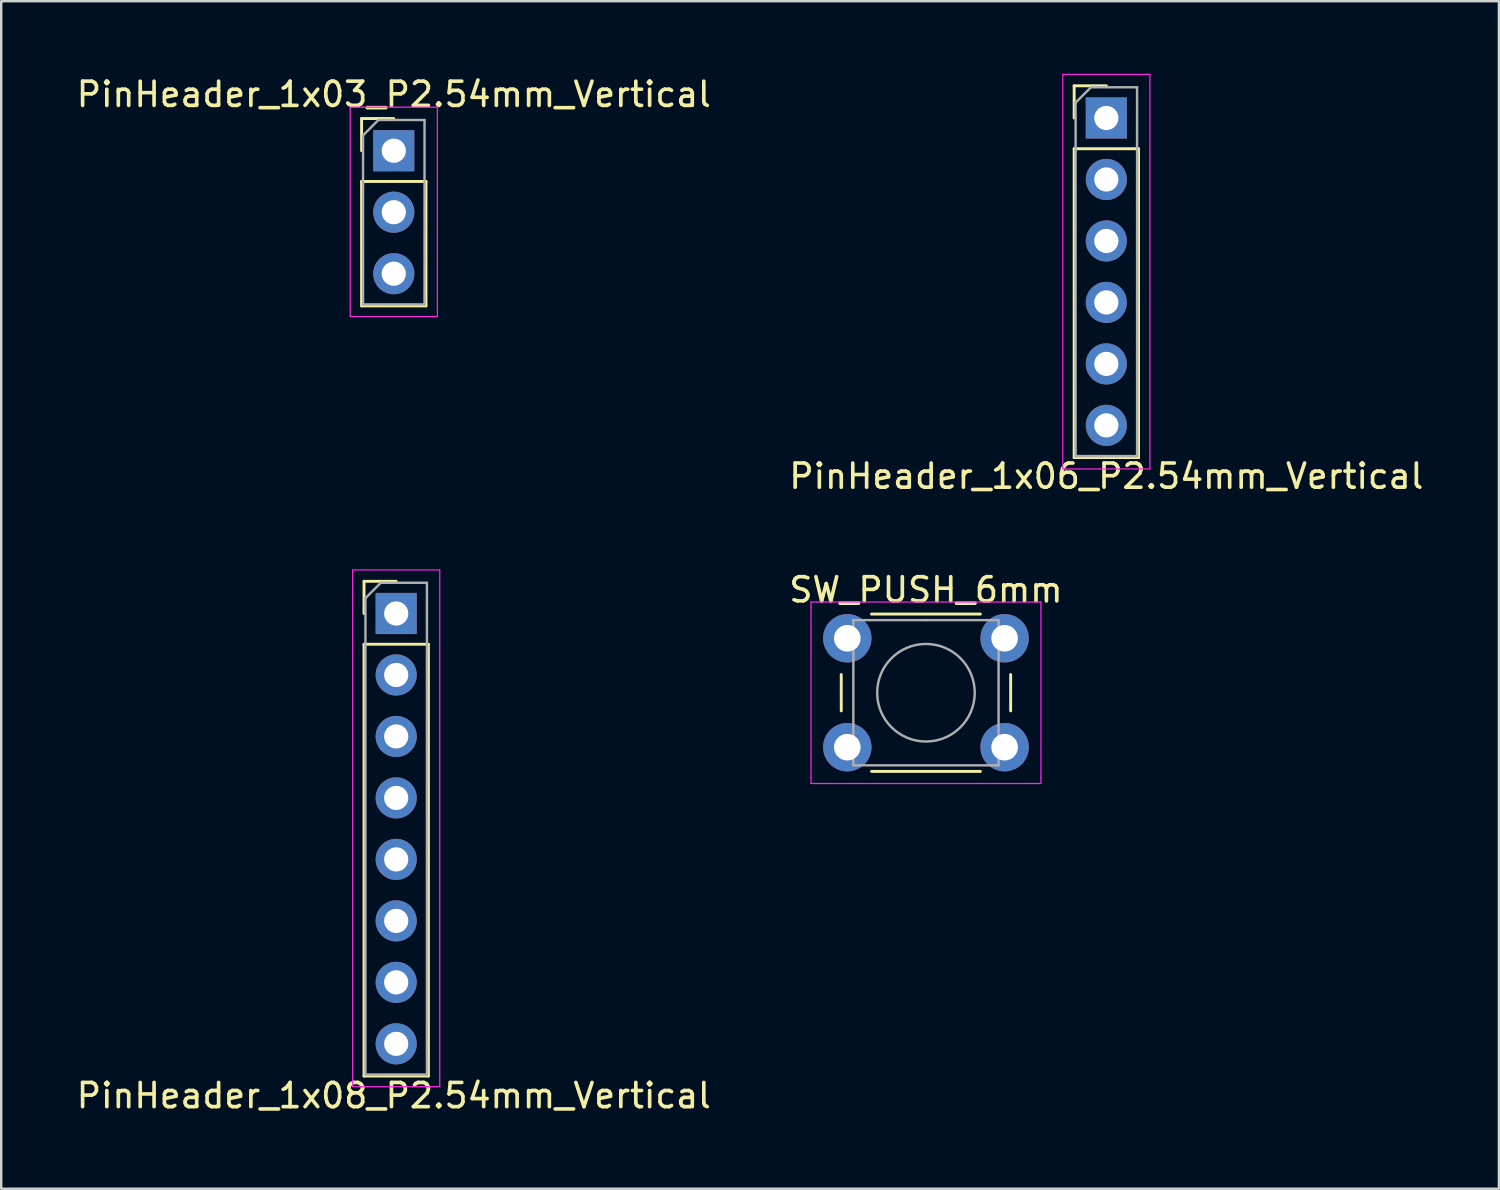
<source format=kicad_pcb>
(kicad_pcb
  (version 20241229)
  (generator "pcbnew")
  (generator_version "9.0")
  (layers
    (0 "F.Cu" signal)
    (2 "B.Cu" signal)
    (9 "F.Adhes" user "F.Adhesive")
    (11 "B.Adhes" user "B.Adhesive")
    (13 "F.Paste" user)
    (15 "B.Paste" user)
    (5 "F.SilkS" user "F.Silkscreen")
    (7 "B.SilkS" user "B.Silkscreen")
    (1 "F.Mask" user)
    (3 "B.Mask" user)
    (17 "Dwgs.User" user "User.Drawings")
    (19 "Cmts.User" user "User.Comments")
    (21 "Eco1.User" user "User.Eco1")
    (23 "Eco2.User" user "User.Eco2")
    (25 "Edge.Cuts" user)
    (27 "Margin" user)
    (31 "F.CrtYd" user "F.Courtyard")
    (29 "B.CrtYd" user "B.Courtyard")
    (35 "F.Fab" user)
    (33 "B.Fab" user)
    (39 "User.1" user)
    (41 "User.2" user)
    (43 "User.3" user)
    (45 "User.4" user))
  (footprint "PinHeader_1x03_P2.54mm_Vertical"
    (layer "F.Cu")
    (at 13.22 3.178)
    (property "Reference" "PinHeader_1x03_P2.54mm_Vertical" (at 0 -2.33 180) (layer "F.SilkS") (effects (font (size 1 1) (thickness 0.15))))
    (attr through_hole)
    (fp_line (start -1.33 -1.33) (end 0 -1.33) (stroke (width 0.12) (type solid)) (layer "F.SilkS"))
    (fp_line (start -1.33 0) (end -1.33 -1.33) (stroke (width 0.12) (type solid)) (layer "F.SilkS"))
    (fp_line (start -1.33 1.27) (end -1.33 6.41) (stroke (width 0.12) (type solid)) (layer "F.SilkS"))
    (fp_line (start -1.33 1.27) (end 1.33 1.27) (stroke (width 0.12) (type solid)) (layer "F.SilkS"))
    (fp_line (start -1.33 6.41) (end 1.33 6.41) (stroke (width 0.12) (type solid)) (layer "F.SilkS"))
    (fp_line (start 1.33 1.27) (end 1.33 6.41) (stroke (width 0.12) (type solid)) (layer "F.SilkS"))
    (fp_line (start -1.8 -1.8) (end -1.8 6.85) (stroke (width 0.05) (type solid)) (layer "F.CrtYd"))
    (fp_line (start -1.8 6.85) (end 1.8 6.85) (stroke (width 0.05) (type solid)) (layer "F.CrtYd"))
    (fp_line (start 1.8 -1.8) (end -1.8 -1.8) (stroke (width 0.05) (type solid)) (layer "F.CrtYd"))
    (fp_line (start 1.8 6.85) (end 1.8 -1.8) (stroke (width 0.05) (type solid)) (layer "F.CrtYd"))
    (fp_line (start -1.27 -0.635) (end -0.635 -1.27) (stroke (width 0.1) (type solid)) (layer "F.Fab"))
    (fp_line (start -1.27 6.35) (end -1.27 -0.635) (stroke (width 0.1) (type solid)) (layer "F.Fab"))
    (fp_line (start -0.635 -1.27) (end 1.27 -1.27) (stroke (width 0.1) (type solid)) (layer "F.Fab"))
    (fp_line (start 1.27 -1.27) (end 1.27 6.35) (stroke (width 0.1) (type solid)) (layer "F.Fab"))
    (fp_line (start 1.27 6.35) (end -1.27 6.35) (stroke (width 0.1) (type solid)) (layer "F.Fab"))
    (pad "1" thru_hole rect (at 0 0) (size 1.7 1.7) (drill 1) (layers "*.Cu" "*.Mask"))
    (pad "2" thru_hole oval (at 0 2.54) (size 1.7 1.7) (drill 1) (layers "*.Cu" "*.Mask"))
    (pad "3" thru_hole oval (at 0 5.08) (size 1.7 1.7) (drill 1) (layers "*.Cu" "*.Mask")))
  (footprint "PinHeader_1x08_P2.54mm_Vertical"
    (layer "F.Cu")
    (at 13.32 22.298)
    (property "Reference" "PinHeader_1x08_P2.54mm_Vertical" (at -0.1 19.92 0) (layer "F.SilkS") (effects (font (size 1 1) (thickness 0.15))))
    (attr through_hole)
    (fp_line (start -1.33 -1.33) (end 0 -1.33) (stroke (width 0.12) (type solid)) (layer "F.SilkS"))
    (fp_line (start -1.33 0) (end -1.33 -1.33) (stroke (width 0.12) (type solid)) (layer "F.SilkS"))
    (fp_line (start -1.33 1.27) (end -1.33 19.11) (stroke (width 0.12) (type solid)) (layer "F.SilkS"))
    (fp_line (start -1.33 1.27) (end 1.33 1.27) (stroke (width 0.12) (type solid)) (layer "F.SilkS"))
    (fp_line (start -1.33 19.11) (end 1.33 19.11) (stroke (width 0.12) (type solid)) (layer "F.SilkS"))
    (fp_line (start 1.33 1.27) (end 1.33 19.11) (stroke (width 0.12) (type solid)) (layer "F.SilkS"))
    (fp_line (start -1.8 -1.8) (end -1.8 19.55) (stroke (width 0.05) (type solid)) (layer "F.CrtYd"))
    (fp_line (start -1.8 19.55) (end 1.8 19.55) (stroke (width 0.05) (type solid)) (layer "F.CrtYd"))
    (fp_line (start 1.8 -1.8) (end -1.8 -1.8) (stroke (width 0.05) (type solid)) (layer "F.CrtYd"))
    (fp_line (start 1.8 19.55) (end 1.8 -1.8) (stroke (width 0.05) (type solid)) (layer "F.CrtYd"))
    (fp_line (start -1.27 -0.635) (end -0.635 -1.27) (stroke (width 0.1) (type solid)) (layer "F.Fab"))
    (fp_line (start -1.27 19.05) (end -1.27 -0.635) (stroke (width 0.1) (type solid)) (layer "F.Fab"))
    (fp_line (start -0.635 -1.27) (end 1.27 -1.27) (stroke (width 0.1) (type solid)) (layer "F.Fab"))
    (fp_line (start 1.27 -1.27) (end 1.27 19.05) (stroke (width 0.1) (type solid)) (layer "F.Fab"))
    (fp_line (start 1.27 19.05) (end -1.27 19.05) (stroke (width 0.1) (type solid)) (layer "F.Fab"))
    (pad "1" thru_hole rect (at 0 0) (size 1.7 1.7) (drill 1) (layers "*.Cu" "*.Mask"))
    (pad "2" thru_hole oval (at 0 2.54) (size 1.7 1.7) (drill 1) (layers "*.Cu" "*.Mask"))
    (pad "3" thru_hole oval (at 0 5.08) (size 1.7 1.7) (drill 1) (layers "*.Cu" "*.Mask"))
    (pad "4" thru_hole oval (at 0 7.62) (size 1.7 1.7) (drill 1) (layers "*.Cu" "*.Mask"))
    (pad "5" thru_hole oval (at 0 10.16) (size 1.7 1.7) (drill 1) (layers "*.Cu" "*.Mask"))
    (pad "6" thru_hole oval (at 0 12.7) (size 1.7 1.7) (drill 1) (layers "*.Cu" "*.Mask"))
    (pad "7" thru_hole oval (at 0 15.24) (size 1.7 1.7) (drill 1) (layers "*.Cu" "*.Mask"))
    (pad "8" thru_hole oval (at 0 17.78) (size 1.7 1.7) (drill 1) (layers "*.Cu" "*.Mask")))
  (footprint "PinHeader_1x06_P2.54mm_Vertical"
    (layer "F.Cu")
    (at 42.661 1.825)
    (property "Reference" "PinHeader_1x06_P2.54mm_Vertical" (at 0 14.8 0) (layer "F.SilkS") (effects (font (size 1 1) (thickness 0.15))))
    (attr through_hole)
    (fp_line (start -1.33 -1.33) (end 0 -1.33) (stroke (width 0.12) (type solid)) (layer "F.SilkS"))
    (fp_line (start -1.33 0) (end -1.33 -1.33) (stroke (width 0.12) (type solid)) (layer "F.SilkS"))
    (fp_line (start -1.33 1.27) (end -1.33 14.03) (stroke (width 0.12) (type solid)) (layer "F.SilkS"))
    (fp_line (start -1.33 1.27) (end 1.33 1.27) (stroke (width 0.12) (type solid)) (layer "F.SilkS"))
    (fp_line (start -1.33 14.03) (end 1.33 14.03) (stroke (width 0.12) (type solid)) (layer "F.SilkS"))
    (fp_line (start 1.33 1.27) (end 1.33 14.03) (stroke (width 0.12) (type solid)) (layer "F.SilkS"))
    (fp_line (start -1.8 -1.8) (end -1.8 14.5) (stroke (width 0.05) (type solid)) (layer "F.CrtYd"))
    (fp_line (start -1.8 14.5) (end 1.8 14.5) (stroke (width 0.05) (type solid)) (layer "F.CrtYd"))
    (fp_line (start 1.8 -1.8) (end -1.8 -1.8) (stroke (width 0.05) (type solid)) (layer "F.CrtYd"))
    (fp_line (start 1.8 14.5) (end 1.8 -1.8) (stroke (width 0.05) (type solid)) (layer "F.CrtYd"))
    (fp_line (start -1.27 -0.635) (end -0.635 -1.27) (stroke (width 0.1) (type solid)) (layer "F.Fab"))
    (fp_line (start -1.27 13.97) (end -1.27 -0.635) (stroke (width 0.1) (type solid)) (layer "F.Fab"))
    (fp_line (start -0.635 -1.27) (end 1.27 -1.27) (stroke (width 0.1) (type solid)) (layer "F.Fab"))
    (fp_line (start 1.27 -1.27) (end 1.27 13.97) (stroke (width 0.1) (type solid)) (layer "F.Fab"))
    (fp_line (start 1.27 13.97) (end -1.27 13.97) (stroke (width 0.1) (type solid)) (layer "F.Fab"))
    (pad "1" thru_hole rect (at 0 0) (size 1.7 1.7) (drill 1) (layers "*.Cu" "*.Mask"))
    (pad "2" thru_hole oval (at 0 2.54) (size 1.7 1.7) (drill 1) (layers "*.Cu" "*.Mask"))
    (pad "3" thru_hole oval (at 0 5.08) (size 1.7 1.7) (drill 1) (layers "*.Cu" "*.Mask"))
    (pad "4" thru_hole oval (at 0 7.62) (size 1.7 1.7) (drill 1) (layers "*.Cu" "*.Mask"))
    (pad "5" thru_hole oval (at 0 10.16) (size 1.7 1.7) (drill 1) (layers "*.Cu" "*.Mask"))
    (pad "6" thru_hole oval (at 0 12.7) (size 1.7 1.7) (drill 1) (layers "*.Cu" "*.Mask")))
  (footprint "SW_PUSH_6mm"
    (layer "F.Cu")
    (at 31.958 23.322)
    (property "Reference" "SW_PUSH_6mm" (at 3.25 -2 180) (layer "F.SilkS") (effects (font (size 1 1) (thickness 0.15))))
    (attr through_hole)
    (fp_line (start -0.25 1.5) (end -0.25 3) (stroke (width 0.12) (type solid)) (layer "F.SilkS"))
    (fp_line (start 1 5.5) (end 5.5 5.5) (stroke (width 0.12) (type solid)) (layer "F.SilkS"))
    (fp_line (start 5.5 -1) (end 1 -1) (stroke (width 0.12) (type solid)) (layer "F.SilkS"))
    (fp_line (start 6.75 3) (end 6.75 1.5) (stroke (width 0.12) (type solid)) (layer "F.SilkS"))
    (fp_line (start -1.5 -1.5) (end -1.25 -1.5) (stroke (width 0.05) (type solid)) (layer "F.CrtYd"))
    (fp_line (start -1.5 -1.25) (end -1.5 -1.5) (stroke (width 0.05) (type solid)) (layer "F.CrtYd"))
    (fp_line (start -1.5 5.75) (end -1.5 -1.25) (stroke (width 0.05) (type solid)) (layer "F.CrtYd"))
    (fp_line (start -1.5 5.75) (end -1.5 6) (stroke (width 0.05) (type solid)) (layer "F.CrtYd"))
    (fp_line (start -1.5 6) (end -1.25 6) (stroke (width 0.05) (type solid)) (layer "F.CrtYd"))
    (fp_line (start -1.25 -1.5) (end 7.75 -1.5) (stroke (width 0.05) (type solid)) (layer "F.CrtYd"))
    (fp_line (start 7.75 -1.5) (end 8 -1.5) (stroke (width 0.05) (type solid)) (layer "F.CrtYd"))
    (fp_line (start 7.75 6) (end -1.25 6) (stroke (width 0.05) (type solid)) (layer "F.CrtYd"))
    (fp_line (start 7.75 6) (end 8 6) (stroke (width 0.05) (type solid)) (layer "F.CrtYd"))
    (fp_line (start 8 -1.5) (end 8 -1.25) (stroke (width 0.05) (type solid)) (layer "F.CrtYd"))
    (fp_line (start 8 -1.25) (end 8 5.75) (stroke (width 0.05) (type solid)) (layer "F.CrtYd"))
    (fp_line (start 8 6) (end 8 5.75) (stroke (width 0.05) (type solid)) (layer "F.CrtYd"))
    (fp_line (start 0.25 -0.75) (end 3.25 -0.75) (stroke (width 0.1) (type solid)) (layer "F.Fab"))
    (fp_line (start 0.25 5.25) (end 0.25 -0.75) (stroke (width 0.1) (type solid)) (layer "F.Fab"))
    (fp_line (start 3.25 -0.75) (end 6.25 -0.75) (stroke (width 0.1) (type solid)) (layer "F.Fab"))
    (fp_line (start 6.25 -0.75) (end 6.25 5.25) (stroke (width 0.1) (type solid)) (layer "F.Fab"))
    (fp_line (start 6.25 5.25) (end 0.25 5.25) (stroke (width 0.1) (type solid)) (layer "F.Fab"))
    (fp_circle (center 3.25 2.25) (end 1.25 2.5) (stroke (width 0.1) (type solid)) (fill no) (layer "F.Fab"))
    (pad "1" thru_hole circle (at 0 0 90) (size 2 2) (drill 1.1) (layers "*.Cu" "*.Mask"))
    (pad "1" thru_hole circle (at 6.5 0 90) (size 2 2) (drill 1.1) (layers "*.Cu" "*.Mask"))
    (pad "2" thru_hole circle (at 0 4.5 90) (size 2 2) (drill 1.1) (layers "*.Cu" "*.Mask"))
    (pad "2" thru_hole circle (at 6.5 4.5 90) (size 2 2) (drill 1.1) (layers "*.Cu" "*.Mask")))
  (gr_rect
    (start -3 -3)
    (end 58.881 46.066)
    (stroke (width 0.1) (type default))
    (fill no)
    (layer "Edge.Cuts")))
</source>
